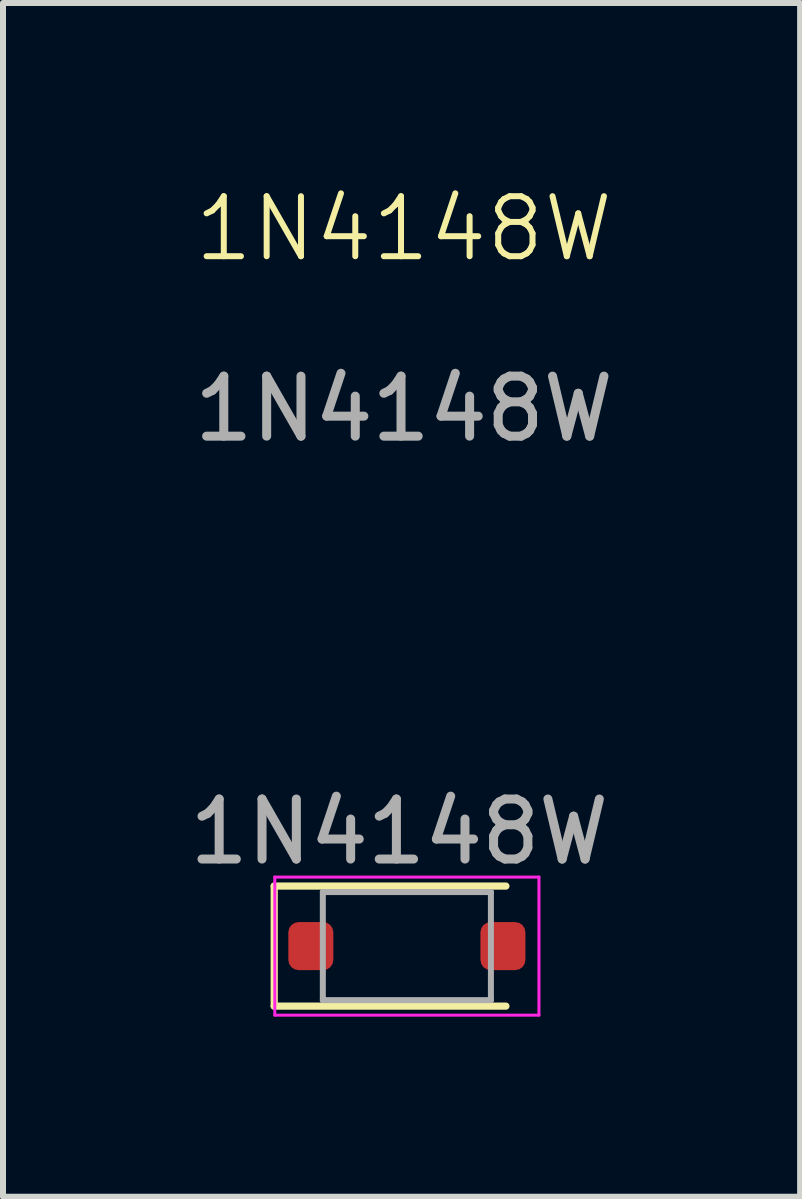
<source format=kicad_pcb>
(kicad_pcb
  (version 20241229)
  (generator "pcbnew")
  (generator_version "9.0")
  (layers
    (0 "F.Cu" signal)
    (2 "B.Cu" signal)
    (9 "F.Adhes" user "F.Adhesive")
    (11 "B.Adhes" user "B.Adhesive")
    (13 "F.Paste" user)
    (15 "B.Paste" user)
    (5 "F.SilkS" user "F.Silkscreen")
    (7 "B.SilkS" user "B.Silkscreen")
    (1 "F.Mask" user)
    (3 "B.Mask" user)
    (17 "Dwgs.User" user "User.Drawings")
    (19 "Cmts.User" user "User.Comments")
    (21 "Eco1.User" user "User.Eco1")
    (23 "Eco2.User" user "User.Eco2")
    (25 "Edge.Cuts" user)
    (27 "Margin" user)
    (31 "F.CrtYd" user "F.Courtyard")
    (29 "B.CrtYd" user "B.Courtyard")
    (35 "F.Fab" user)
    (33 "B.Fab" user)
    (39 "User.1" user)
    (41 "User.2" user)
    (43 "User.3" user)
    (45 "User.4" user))
  (footprint "1N4148W"
    (layer "F.Cu")
    (at 3.628 12.761)
    (property "Reference" "1N4148W" (at 0.05 -12 0) (unlocked yes) (layer "F.SilkS") (effects (font (size 1 1) (thickness 0.1))))
    (attr smd)
    (fp_line (start -2.11 -1.05) (end -2.11 0.95) (stroke (width 0.12) (type solid)) (layer "F.SilkS"))
    (fp_line (start -2.11 -1.05) (end 1.75 -1.05) (stroke (width 0.12) (type solid)) (layer "F.SilkS"))
    (fp_line (start -2.11 0.95) (end 1.75 0.95) (stroke (width 0.12) (type solid)) (layer "F.SilkS"))
    (fp_line (start -2.1 -1.2) (end -2.1 1.1) (stroke (width 0.05) (type solid)) (layer "F.CrtYd"))
    (fp_line (start -2.1 -1.2) (end 2.3 -1.2) (stroke (width 0.05) (type solid)) (layer "F.CrtYd"))
    (fp_line (start 2.3 -1.2) (end 2.3 1.1) (stroke (width 0.05) (type solid)) (layer "F.CrtYd"))
    (fp_line (start 2.3 1.1) (end -2.1 1.1) (stroke (width 0.05) (type solid)) (layer "F.CrtYd"))
    (fp_line (start -1.3 -0.95) (end 1.5 -0.95) (stroke (width 0.1) (type solid)) (layer "F.Fab"))
    (fp_line (start -1.3 0.85) (end -1.3 -0.95) (stroke (width 0.1) (type solid)) (layer "F.Fab"))
    (fp_line (start 1.5 -0.95) (end 1.5 0.85) (stroke (width 0.1) (type solid)) (layer "F.Fab"))
    (fp_line (start 1.5 0.85) (end -1.3 0.85) (stroke (width 0.1) (type solid)) (layer "F.Fab"))
    (fp_text user "${REFERENCE}" (at 0.05 -9 0) (unlocked yes) (layer "F.Fab") (effects (font (size 1 1) (thickness 0.15))))
    (fp_text user "${REFERENCE}" (at -0.027 -1.955 0) (layer "F.Fab") (effects (font (size 1 1) (thickness 0.15))))
    (pad "1" smd roundrect (at -1.5 -0.05) (size 0.75 0.8) (layers "F.Cu" "F.Mask" "F.Paste") (roundrect_rratio 0.227))
    (pad "2" smd roundrect (at 1.7 -0.05 180) (size 0.75 0.8) (layers "F.Cu" "F.Mask" "F.Paste") (roundrect_rratio 0.227)))
  (gr_rect
    (start -3 -3)
    (end 10.279 16.886)
    (stroke (width 0.1) (type default))
    (fill no)
    (layer "Edge.Cuts")))
</source>
